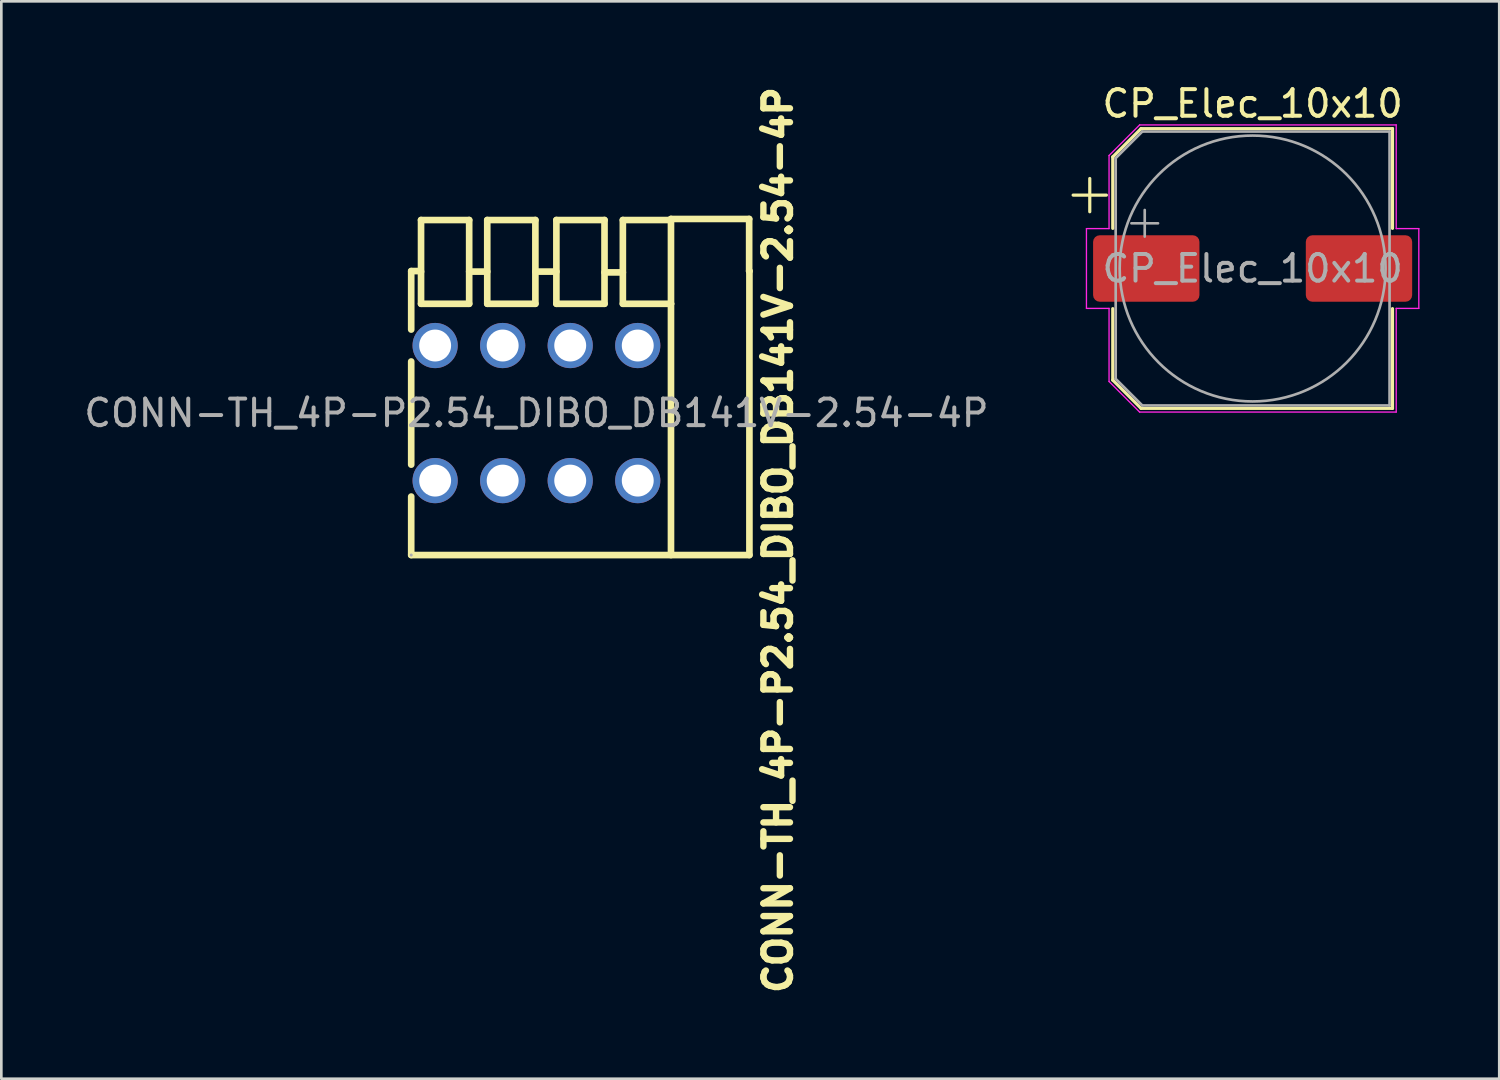
<source format=kicad_pcb>
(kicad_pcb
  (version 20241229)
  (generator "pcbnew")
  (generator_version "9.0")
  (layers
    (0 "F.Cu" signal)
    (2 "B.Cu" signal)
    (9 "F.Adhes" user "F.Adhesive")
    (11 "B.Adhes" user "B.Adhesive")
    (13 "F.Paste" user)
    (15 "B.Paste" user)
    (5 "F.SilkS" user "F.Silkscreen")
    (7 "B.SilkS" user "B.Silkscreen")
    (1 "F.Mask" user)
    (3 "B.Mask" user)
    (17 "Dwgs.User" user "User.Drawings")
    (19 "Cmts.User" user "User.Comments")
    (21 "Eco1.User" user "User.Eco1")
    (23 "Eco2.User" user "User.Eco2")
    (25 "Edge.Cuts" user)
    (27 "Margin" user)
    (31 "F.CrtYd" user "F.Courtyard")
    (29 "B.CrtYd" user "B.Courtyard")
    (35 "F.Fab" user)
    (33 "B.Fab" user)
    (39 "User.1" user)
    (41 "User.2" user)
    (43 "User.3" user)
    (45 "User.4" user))
  (footprint "CP_Elec_10x10"
    (layer "F.Cu")
    (at 44.06 7.048)
    (property "Reference" "CP_Elec_10x10" (at 0 -6.2 0) (layer "F.SilkS") (effects (font (size 1 1) (thickness 0.15))))
    (attr smd)
    (fp_line (start -6.75 -2.76) (end -5.5 -2.76) (stroke (width 0.12) (type solid)) (layer "F.SilkS"))
    (fp_line (start -6.125 -3.385) (end -6.125 -2.135) (stroke (width 0.12) (type solid)) (layer "F.SilkS"))
    (fp_line (start -5.26 -4.196) (end -5.26 -1.51) (stroke (width 0.12) (type solid)) (layer "F.SilkS"))
    (fp_line (start -5.26 -4.196) (end -4.196 -5.26) (stroke (width 0.12) (type solid)) (layer "F.SilkS"))
    (fp_line (start -5.26 4.196) (end -5.26 1.51) (stroke (width 0.12) (type solid)) (layer "F.SilkS"))
    (fp_line (start -5.26 4.196) (end -4.196 5.26) (stroke (width 0.12) (type solid)) (layer "F.SilkS"))
    (fp_line (start -4.196 -5.26) (end 5.26 -5.26) (stroke (width 0.12) (type solid)) (layer "F.SilkS"))
    (fp_line (start -4.196 5.26) (end 5.26 5.26) (stroke (width 0.12) (type solid)) (layer "F.SilkS"))
    (fp_line (start 5.26 -5.26) (end 5.26 -1.51) (stroke (width 0.12) (type solid)) (layer "F.SilkS"))
    (fp_line (start 5.26 5.26) (end 5.26 1.51) (stroke (width 0.12) (type solid)) (layer "F.SilkS"))
    (fp_line (start -6.25 -1.5) (end -6.25 1.5) (stroke (width 0.05) (type solid)) (layer "F.CrtYd"))
    (fp_line (start -6.25 1.5) (end -5.4 1.5) (stroke (width 0.05) (type solid)) (layer "F.CrtYd"))
    (fp_line (start -5.4 -4.25) (end -5.4 -1.5) (stroke (width 0.05) (type solid)) (layer "F.CrtYd"))
    (fp_line (start -5.4 -4.25) (end -4.25 -5.4) (stroke (width 0.05) (type solid)) (layer "F.CrtYd"))
    (fp_line (start -5.4 -1.5) (end -6.25 -1.5) (stroke (width 0.05) (type solid)) (layer "F.CrtYd"))
    (fp_line (start -5.4 1.5) (end -5.4 4.25) (stroke (width 0.05) (type solid)) (layer "F.CrtYd"))
    (fp_line (start -5.4 4.25) (end -4.25 5.4) (stroke (width 0.05) (type solid)) (layer "F.CrtYd"))
    (fp_line (start -4.25 -5.4) (end 5.4 -5.4) (stroke (width 0.05) (type solid)) (layer "F.CrtYd"))
    (fp_line (start -4.25 5.4) (end 5.4 5.4) (stroke (width 0.05) (type solid)) (layer "F.CrtYd"))
    (fp_line (start 5.4 -5.4) (end 5.4 -1.5) (stroke (width 0.05) (type solid)) (layer "F.CrtYd"))
    (fp_line (start 5.4 -1.5) (end 6.25 -1.5) (stroke (width 0.05) (type solid)) (layer "F.CrtYd"))
    (fp_line (start 5.4 1.5) (end 5.4 5.4) (stroke (width 0.05) (type solid)) (layer "F.CrtYd"))
    (fp_line (start 6.25 -1.5) (end 6.25 1.5) (stroke (width 0.05) (type solid)) (layer "F.CrtYd"))
    (fp_line (start 6.25 1.5) (end 5.4 1.5) (stroke (width 0.05) (type solid)) (layer "F.CrtYd"))
    (fp_line (start -5.15 -4.15) (end -5.15 4.15) (stroke (width 0.1) (type solid)) (layer "F.Fab"))
    (fp_line (start -5.15 -4.15) (end -4.15 -5.15) (stroke (width 0.1) (type solid)) (layer "F.Fab"))
    (fp_line (start -5.15 4.15) (end -4.15 5.15) (stroke (width 0.1) (type solid)) (layer "F.Fab"))
    (fp_line (start -4.558 -1.7) (end -3.558 -1.7) (stroke (width 0.1) (type solid)) (layer "F.Fab"))
    (fp_line (start -4.15 -5.15) (end 5.15 -5.15) (stroke (width 0.1) (type solid)) (layer "F.Fab"))
    (fp_line (start -4.15 5.15) (end 5.15 5.15) (stroke (width 0.1) (type solid)) (layer "F.Fab"))
    (fp_line (start -4.058 -2.2) (end -4.058 -1.2) (stroke (width 0.1) (type solid)) (layer "F.Fab"))
    (fp_line (start 5.15 -5.15) (end 5.15 5.15) (stroke (width 0.1) (type solid)) (layer "F.Fab"))
    (fp_circle (center 0 0) (end 5 0) (stroke (width 0.1) (type solid)) (fill no) (layer "F.Fab"))
    (fp_text user "${REFERENCE}" (at 0 0 0) (layer "F.Fab") (effects (font (size 1 1) (thickness 0.15))))
    (pad "1" smd roundrect (at -4 0) (size 4 2.5) (layers "F.Cu" "F.Mask" "F.Paste") (roundrect_rratio 0.1))
    (pad "2" smd roundrect (at 4 0) (size 4 2.5) (layers "F.Cu" "F.Mask" "F.Paste") (roundrect_rratio 0.1)))
  (footprint "CONN-TH_4P-P2.54_DIBO_DB141V-2.54-4P"
    (layer "F.Cu")
    (at 17.125 12.485)
    (property "Reference" "CONN-TH_4P-P2.54_DIBO_DB141V-2.54-4P" (at 9.085 4.775 90) (layer "F.SilkS") (effects (font (size 1 1) (thickness 0.24))))
    (attr through_hole)
    (fp_line (start -4.71 -5.34) (end -4.36 -5.34) (stroke (width 0.25) (type solid)) (layer "F.SilkS"))
    (fp_line (start -4.71 -3.14) (end -4.71 -5.34) (stroke (width 0.25) (type solid)) (layer "F.SilkS"))
    (fp_line (start -4.71 1.94) (end -4.71 -1.94) (stroke (width 0.25) (type solid)) (layer "F.SilkS"))
    (fp_line (start -4.71 5.34) (end -4.71 3.14) (stroke (width 0.25) (type solid)) (layer "F.SilkS"))
    (fp_line (start -4.71 5.34) (end 8.01 5.34) (stroke (width 0.25) (type solid)) (layer "F.SilkS"))
    (fp_line (start -4.36 -5.34) (end -4.34 -5.32) (stroke (width 0.25) (type solid)) (layer "F.SilkS"))
    (fp_line (start -4.34 -7.26) (end -4.34 -4.11) (stroke (width 0.25) (type solid)) (layer "F.SilkS"))
    (fp_line (start -2.53 -7.26) (end -4.34 -7.26) (stroke (width 0.25) (type solid)) (layer "F.SilkS"))
    (fp_line (start -2.53 -7.26) (end -2.53 -4.11) (stroke (width 0.25) (type solid)) (layer "F.SilkS"))
    (fp_line (start -2.53 -5.32) (end -1.85 -5.32) (stroke (width 0.25) (type solid)) (layer "F.SilkS"))
    (fp_line (start -2.53 -4.11) (end -4.34 -4.11) (stroke (width 0.25) (type solid)) (layer "F.SilkS"))
    (fp_line (start -1.85 -7.26) (end -1.85 -4.11) (stroke (width 0.25) (type solid)) (layer "F.SilkS"))
    (fp_line (start -0.04 -7.26) (end -1.85 -7.26) (stroke (width 0.25) (type solid)) (layer "F.SilkS"))
    (fp_line (start -0.04 -7.26) (end -0.04 -4.11) (stroke (width 0.25) (type solid)) (layer "F.SilkS"))
    (fp_line (start -0.04 -5.32) (end 0.75 -5.32) (stroke (width 0.25) (type solid)) (layer "F.SilkS"))
    (fp_line (start -0.04 -4.11) (end -1.85 -4.11) (stroke (width 0.25) (type solid)) (layer "F.SilkS"))
    (fp_line (start 0.75 -7.26) (end 0.75 -4.11) (stroke (width 0.25) (type solid)) (layer "F.SilkS"))
    (fp_line (start 2.56 -5.29) (end 3.25 -5.29) (stroke (width 0.25) (type solid)) (layer "F.SilkS"))
    (fp_line (start 2.56 -4.11) (end 0.75 -4.11) (stroke (width 0.25) (type solid)) (layer "F.SilkS"))
    (fp_line (start 2.56 -7.26) (end 0.75 -7.26) (stroke (width 0.25) (type solid)) (layer "F.SilkS"))
    (fp_line (start 2.56 -7.26) (end 2.56 -4.11) (stroke (width 0.25) (type solid)) (layer "F.SilkS"))
    (fp_line (start 3.25 -7.26) (end 3.25 -4.11) (stroke (width 0.25) (type solid)) (layer "F.SilkS"))
    (fp_line (start 5.06 -7.3) (end 5.06 -7.26) (stroke (width 0.25) (type solid)) (layer "F.SilkS"))
    (fp_line (start 5.06 -7.26) (end 3.25 -7.26) (stroke (width 0.25) (type solid)) (layer "F.SilkS"))
    (fp_line (start 5.06 -7.26) (end 5.06 -4.11) (stroke (width 0.25) (type solid)) (layer "F.SilkS"))
    (fp_line (start 5.06 -4.11) (end 3.25 -4.11) (stroke (width 0.25) (type solid)) (layer "F.SilkS"))
    (fp_line (start 5.06 -4.11) (end 5.06 5.34) (stroke (width 0.25) (type solid)) (layer "F.SilkS"))
    (fp_line (start 8 -7.3) (end 5.06 -7.3) (stroke (width 0.25) (type solid)) (layer "F.SilkS"))
    (fp_line (start 8 -5.34) (end 8 -7.3) (stroke (width 0.25) (type solid)) (layer "F.SilkS"))
    (fp_line (start 8.01 -5.34) (end 8 -5.34) (stroke (width 0.25) (type solid)) (layer "F.SilkS"))
    (fp_line (start 8.01 -5.34) (end 8.01 5.34) (stroke (width 0.25) (type solid)) (layer "F.SilkS"))
    (fp_circle (center -4.71 5.34) (end -4.68 5.34) (stroke (width 0.06) (type solid)) (fill no) (layer "F.Fab"))
    (fp_text user "${REFERENCE}" (at 0 0 0) (layer "F.Fab") (effects (font (size 1 1) (thickness 0.15))))
    (pad "1" thru_hole circle (at -3.81 -2.54) (size 1.7 1.7) (drill 1.2) (layers "*.Cu" "*.Mask"))
    (pad "1" thru_hole circle (at -3.81 2.54) (size 1.7 1.7) (drill 1.2) (layers "*.Cu" "*.Mask"))
    (pad "2" thru_hole circle (at -1.27 -2.54) (size 1.7 1.7) (drill 1.2) (layers "*.Cu" "*.Mask"))
    (pad "2" thru_hole circle (at -1.27 2.54) (size 1.7 1.7) (drill 1.2) (layers "*.Cu" "*.Mask"))
    (pad "3" thru_hole circle (at 1.27 -2.54) (size 1.7 1.7) (drill 1.2) (layers "*.Cu" "*.Mask"))
    (pad "3" thru_hole circle (at 1.27 2.54) (size 1.7 1.7) (drill 1.2) (layers "*.Cu" "*.Mask"))
    (pad "4" thru_hole circle (at 3.81 -2.54) (size 1.7 1.7) (drill 1.2) (layers "*.Cu" "*.Mask"))
    (pad "4" thru_hole circle (at 3.81 2.54) (size 1.7 1.7) (drill 1.2) (layers "*.Cu" "*.Mask")))
  (gr_rect
    (start -3 -3)
    (end 53.335 37.52)
    (stroke (width 0.1) (type default))
    (fill no)
    (layer "Edge.Cuts")))
</source>
